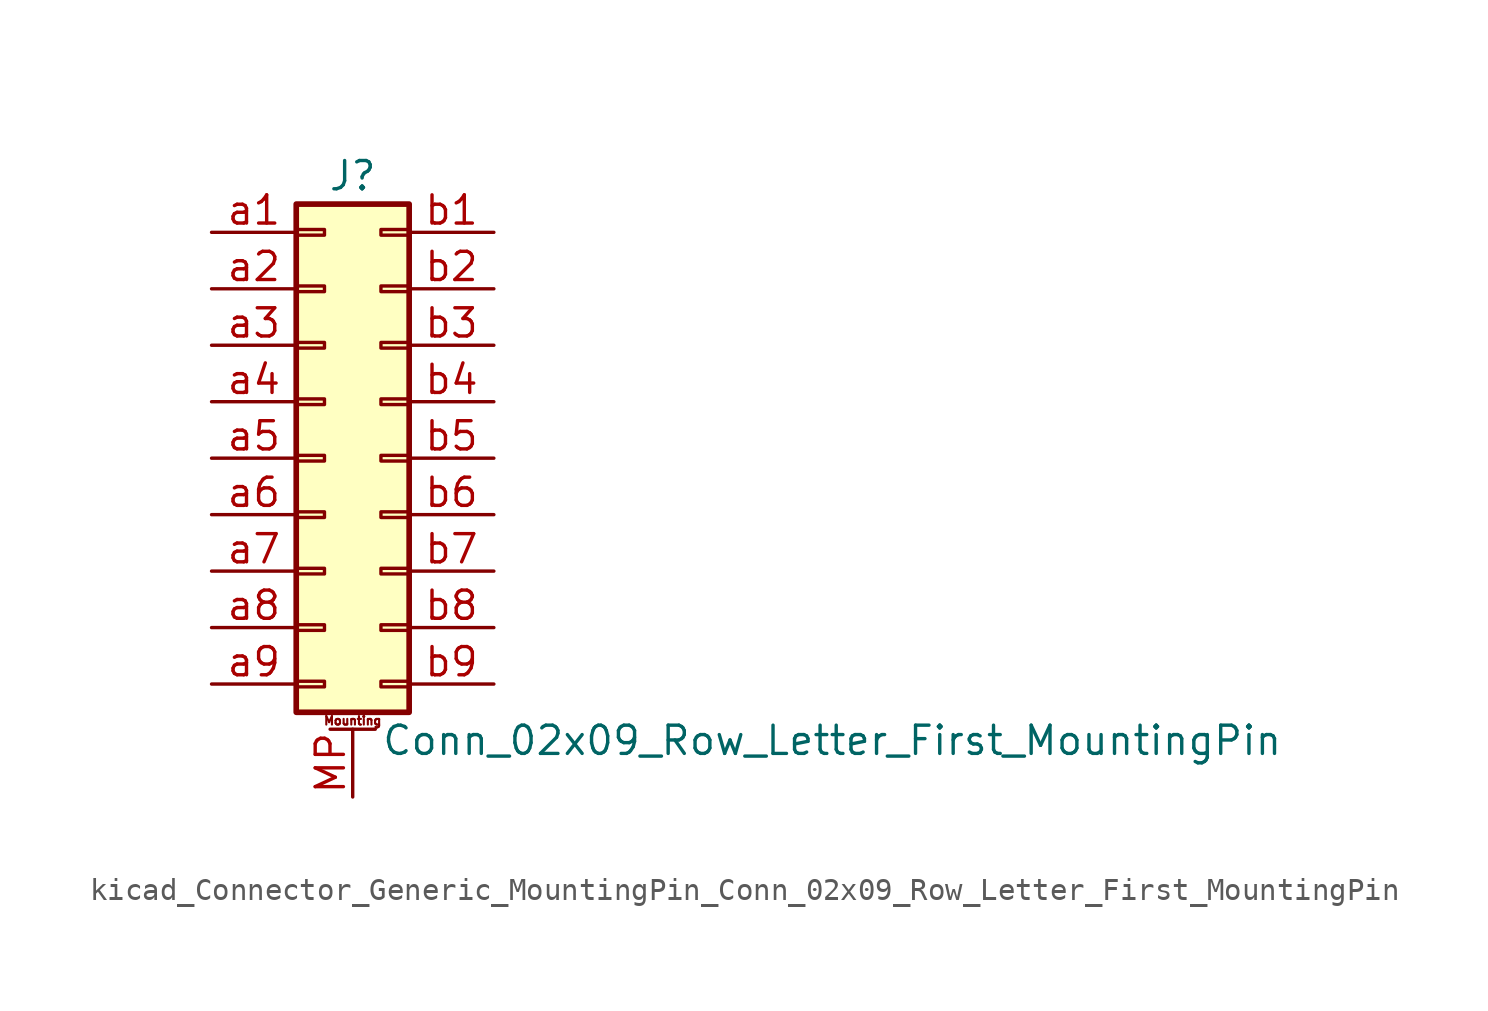
<source format=kicad_sym>
(kicad_symbol_lib
  (version 20220914)
  (generator kicad_symbol_editor)
  (symbol "kicad_Connector_Generic_MountingPin_Conn_02x09_Row_Letter_First_MountingPin"
    (pin_names
      (offset 1.016) hide)
    (property "Reference" "J"
      (at 1.27 12.7 0)
      (effects (font (size 1.27 1.27))))
    (property "Value" "Conn_02x09_Row_Letter_First_MountingPin"
      (at 2.54 -12.7 0)
      (effects (font (size 1.27 1.27)) (justify left)))
    (symbol "kicad_Connector_Generic_MountingPin_Conn_02x09_Row_Letter_First_MountingPin_1_1"
      (rectangle (start -1.27 -10.033) (end 0 -10.287) (stroke (width 0.152) (type default)) (fill (type none)))
      (rectangle (start -1.27 -7.493) (end 0 -7.747) (stroke (width 0.152) (type default)) (fill (type none)))
      (rectangle (start -1.27 -4.953) (end 0 -5.207) (stroke (width 0.152) (type default)) (fill (type none)))
      (rectangle (start -1.27 -2.413) (end 0 -2.667) (stroke (width 0.152) (type default)) (fill (type none)))
      (rectangle (start -1.27 0.127) (end 0 -0.127) (stroke (width 0.152) (type default)) (fill (type none)))
      (rectangle (start -1.27 2.667) (end 0 2.413) (stroke (width 0.152) (type default)) (fill (type none)))
      (rectangle (start -1.27 5.207) (end 0 4.953) (stroke (width 0.152) (type default)) (fill (type none)))
      (rectangle (start -1.27 7.747) (end 0 7.493) (stroke (width 0.152) (type default)) (fill (type none)))
      (rectangle (start -1.27 10.287) (end 0 10.033) (stroke (width 0.152) (type default)) (fill (type none)))
      (rectangle (start -1.27 11.43) (end 3.81 -11.43) (stroke (width 0.254) (type default)) (fill (type background)))
      (polyline (pts (xy 0.254 -12.192) (xy 2.286 -12.192)) (stroke (width 0.152) (type default)) (fill (type none)))
      (rectangle (start 3.81 -10.033) (end 2.54 -10.287) (stroke (width 0.152) (type default)) (fill (type none)))
      (rectangle (start 3.81 -7.493) (end 2.54 -7.747) (stroke (width 0.152) (type default)) (fill (type none)))
      (rectangle (start 3.81 -4.953) (end 2.54 -5.207) (stroke (width 0.152) (type default)) (fill (type none)))
      (rectangle (start 3.81 -2.413) (end 2.54 -2.667) (stroke (width 0.152) (type default)) (fill (type none)))
      (rectangle (start 3.81 0.127) (end 2.54 -0.127) (stroke (width 0.152) (type default)) (fill (type none)))
      (rectangle (start 3.81 2.667) (end 2.54 2.413) (stroke (width 0.152) (type default)) (fill (type none)))
      (rectangle (start 3.81 5.207) (end 2.54 4.953) (stroke (width 0.152) (type default)) (fill (type none)))
      (rectangle (start 3.81 7.747) (end 2.54 7.493) (stroke (width 0.152) (type default)) (fill (type none)))
      (rectangle (start 3.81 10.287) (end 2.54 10.033) (stroke (width 0.152) (type default)) (fill (type none)))
      (text "Mounting" (at 1.27 -11.811 0) (effects (font (size 0.381 0.381))))
      (pin passive line (at 1.27 -15.24 90) (length 3.048) (name "MountPin" (effects (font (size 1.27 1.27)))) (number "MP" (effects (font (size 1.27 1.27)))))
      (pin passive line (at -5.08 10.16 0) (length 3.81) (name "Pin_a1" (effects (font (size 1.27 1.27)))) (number "a1" (effects (font (size 1.27 1.27)))))
      (pin passive line (at -5.08 7.62 0) (length 3.81) (name "Pin_a2" (effects (font (size 1.27 1.27)))) (number "a2" (effects (font (size 1.27 1.27)))))
      (pin passive line (at -5.08 5.08 0) (length 3.81) (name "Pin_a3" (effects (font (size 1.27 1.27)))) (number "a3" (effects (font (size 1.27 1.27)))))
      (pin passive line (at -5.08 2.54 0) (length 3.81) (name "Pin_a4" (effects (font (size 1.27 1.27)))) (number "a4" (effects (font (size 1.27 1.27)))))
      (pin passive line (at -5.08 0 0) (length 3.81) (name "Pin_a5" (effects (font (size 1.27 1.27)))) (number "a5" (effects (font (size 1.27 1.27)))))
      (pin passive line (at -5.08 -2.54 0) (length 3.81) (name "Pin_a6" (effects (font (size 1.27 1.27)))) (number "a6" (effects (font (size 1.27 1.27)))))
      (pin passive line (at -5.08 -5.08 0) (length 3.81) (name "Pin_a7" (effects (font (size 1.27 1.27)))) (number "a7" (effects (font (size 1.27 1.27)))))
      (pin passive line (at -5.08 -7.62 0) (length 3.81) (name "Pin_a8" (effects (font (size 1.27 1.27)))) (number "a8" (effects (font (size 1.27 1.27)))))
      (pin passive line (at -5.08 -10.16 0) (length 3.81) (name "Pin_a9" (effects (font (size 1.27 1.27)))) (number "a9" (effects (font (size 1.27 1.27)))))
      (pin passive line (at 7.62 10.16 180) (length 3.81) (name "Pin_b1" (effects (font (size 1.27 1.27)))) (number "b1" (effects (font (size 1.27 1.27)))))
      (pin passive line (at 7.62 7.62 180) (length 3.81) (name "Pin_b2" (effects (font (size 1.27 1.27)))) (number "b2" (effects (font (size 1.27 1.27)))))
      (pin passive line (at 7.62 5.08 180) (length 3.81) (name "Pin_b3" (effects (font (size 1.27 1.27)))) (number "b3" (effects (font (size 1.27 1.27)))))
      (pin passive line (at 7.62 2.54 180) (length 3.81) (name "Pin_b4" (effects (font (size 1.27 1.27)))) (number "b4" (effects (font (size 1.27 1.27)))))
      (pin passive line (at 7.62 0 180) (length 3.81) (name "Pin_b5" (effects (font (size 1.27 1.27)))) (number "b5" (effects (font (size 1.27 1.27)))))
      (pin passive line (at 7.62 -2.54 180) (length 3.81) (name "Pin_b6" (effects (font (size 1.27 1.27)))) (number "b6" (effects (font (size 1.27 1.27)))))
      (pin passive line (at 7.62 -5.08 180) (length 3.81) (name "Pin_b7" (effects (font (size 1.27 1.27)))) (number "b7" (effects (font (size 1.27 1.27)))))
      (pin passive line (at 7.62 -7.62 180) (length 3.81) (name "Pin_b8" (effects (font (size 1.27 1.27)))) (number "b8" (effects (font (size 1.27 1.27)))))
      (pin passive line (at 7.62 -10.16 180) (length 3.81) (name "Pin_b9" (effects (font (size 1.27 1.27)))) (number "b9" (effects (font (size 1.27 1.27))))))))
</source>
